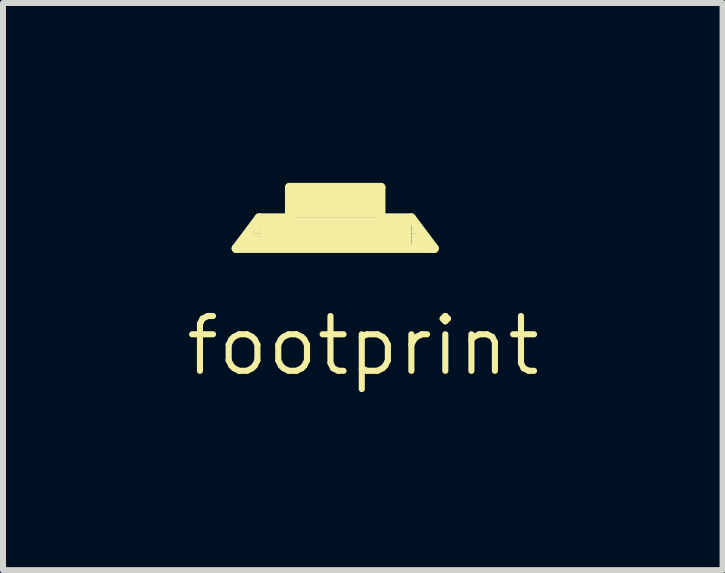
<source format=kicad_pcb>
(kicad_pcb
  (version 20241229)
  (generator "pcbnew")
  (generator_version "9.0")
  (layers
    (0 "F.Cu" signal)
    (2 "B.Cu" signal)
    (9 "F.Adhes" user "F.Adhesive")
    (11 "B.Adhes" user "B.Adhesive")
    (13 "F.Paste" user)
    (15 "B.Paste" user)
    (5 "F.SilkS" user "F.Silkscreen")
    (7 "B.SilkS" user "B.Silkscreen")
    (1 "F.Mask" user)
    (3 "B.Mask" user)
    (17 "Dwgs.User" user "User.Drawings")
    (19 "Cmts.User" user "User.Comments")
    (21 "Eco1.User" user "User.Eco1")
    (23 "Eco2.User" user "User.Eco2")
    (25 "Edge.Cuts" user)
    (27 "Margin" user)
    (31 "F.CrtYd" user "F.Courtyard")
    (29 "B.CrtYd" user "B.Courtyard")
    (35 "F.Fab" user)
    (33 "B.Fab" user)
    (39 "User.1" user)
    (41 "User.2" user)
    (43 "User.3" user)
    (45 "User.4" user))
  (footprint "footprint"
    (layer "F.Cu")
    (at 2.54 0.711)
    (property "Reference" "footprint" (at -2.54 2.54 0) (layer "F.SilkS") (effects (font (size 0.914 0.914) (thickness 0.102)) (justify left bottom)))
    (fp_line (start -1.651 0.381) (end -1.27 -0.127) (stroke (width 0.152) (type solid)) (layer "F.SilkS"))
    (fp_line (start -1.651 0.381) (end 1.651 0.381) (stroke (width 0.152) (type solid)) (layer "F.SilkS"))
    (fp_line (start -0.762 -0.635) (end -0.762 -0.127) (stroke (width 0.152) (type solid)) (layer "F.SilkS"))
    (fp_line (start -0.762 -0.127) (end -1.27 -0.127) (stroke (width 0.152) (type solid)) (layer "F.SilkS"))
    (fp_line (start 0.762 -0.635) (end -0.762 -0.635) (stroke (width 0.152) (type solid)) (layer "F.SilkS"))
    (fp_line (start 0.762 -0.635) (end 0.762 -0.127) (stroke (width 0.152) (type solid)) (layer "F.SilkS"))
    (fp_line (start 1.27 -0.127) (end 0.762 -0.127) (stroke (width 0.152) (type solid)) (layer "F.SilkS"))
    (fp_line (start 1.27 -0.127) (end 1.651 0.381) (stroke (width 0.152) (type solid)) (layer "F.SilkS"))
    (fp_poly (pts (xy -1.524 0.381) (xy -1.27 0.381) (xy -1.27 0.127) (xy -1.524 0.127)) (stroke (width 0) (type solid)) (fill yes) (layer "F.SilkS"))
    (fp_poly (pts (xy -1.397 0.127) (xy -1.27 0.127) (xy -1.27 0) (xy -1.397 0)) (stroke (width 0) (type solid)) (fill yes) (layer "F.SilkS"))
    (fp_poly (pts (xy -1.27 0.381) (xy 1.27 0.381) (xy 1.27 -0.127) (xy -1.27 -0.127)) (stroke (width 0) (type solid)) (fill yes) (layer "F.SilkS"))
    (fp_poly (pts (xy -0.762 -0.127) (xy 0.762 -0.127) (xy 0.762 -0.635) (xy -0.762 -0.635)) (stroke (width 0) (type solid)) (fill yes) (layer "F.SilkS"))
    (fp_poly (pts (xy 1.27 0.127) (xy 1.397 0.127) (xy 1.397 0) (xy 1.27 0)) (stroke (width 0) (type solid)) (fill yes) (layer "F.SilkS"))
    (fp_poly (pts (xy 1.27 0.381) (xy 1.524 0.381) (xy 1.524 0.127) (xy 1.27 0.127)) (stroke (width 0) (type solid)) (fill yes) (layer "F.SilkS")))
  (gr_rect
    (start -3 -3)
    (end 9 6.458)
    (stroke (width 0.1) (type default))
    (fill no)
    (layer "Edge.Cuts")))
</source>
